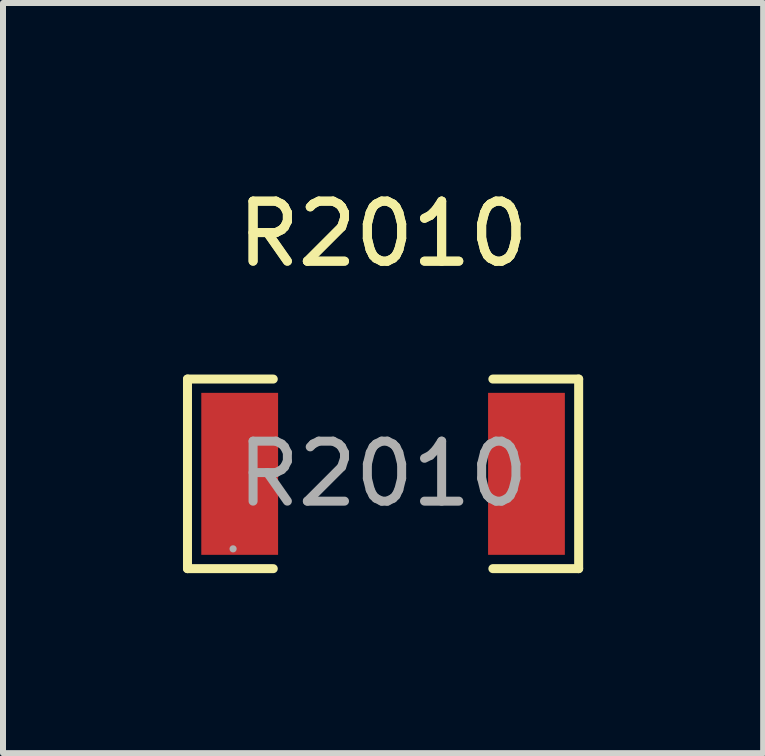
<source format=kicad_pcb>
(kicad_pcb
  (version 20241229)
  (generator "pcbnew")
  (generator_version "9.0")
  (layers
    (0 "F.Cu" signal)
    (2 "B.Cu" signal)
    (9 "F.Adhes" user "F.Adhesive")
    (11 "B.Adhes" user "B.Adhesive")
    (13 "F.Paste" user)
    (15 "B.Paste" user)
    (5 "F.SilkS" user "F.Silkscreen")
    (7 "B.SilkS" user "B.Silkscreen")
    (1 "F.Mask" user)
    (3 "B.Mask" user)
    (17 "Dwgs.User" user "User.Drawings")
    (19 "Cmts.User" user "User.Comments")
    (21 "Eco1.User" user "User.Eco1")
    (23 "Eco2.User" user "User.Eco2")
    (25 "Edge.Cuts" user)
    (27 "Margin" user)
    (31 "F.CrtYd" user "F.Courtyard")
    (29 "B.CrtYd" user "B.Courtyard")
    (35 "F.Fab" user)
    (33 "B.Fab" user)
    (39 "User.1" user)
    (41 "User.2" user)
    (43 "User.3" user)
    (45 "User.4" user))
  (footprint "R2010"
    (layer "F.Cu")
    (at 3.335 4.848)
    (property "Reference" "R2010" (at 0 -4 0) (layer "F.SilkS") (effects (font (size 1 1) (thickness 0.15))))
    (attr smd)
    (fp_line (start -3.26 -1.58) (end -1.83 -1.58) (stroke (width 0.15) (type solid)) (layer "F.SilkS"))
    (fp_line (start -3.26 1.58) (end -3.26 -1.58) (stroke (width 0.15) (type solid)) (layer "F.SilkS"))
    (fp_line (start -1.83 1.58) (end -3.26 1.58) (stroke (width 0.15) (type solid)) (layer "F.SilkS"))
    (fp_line (start 1.83 1.58) (end 3.26 1.58) (stroke (width 0.15) (type solid)) (layer "F.SilkS"))
    (fp_line (start 3.26 -1.58) (end 1.83 -1.58) (stroke (width 0.15) (type solid)) (layer "F.SilkS"))
    (fp_line (start 3.26 1.58) (end 3.26 -1.58) (stroke (width 0.15) (type solid)) (layer "F.SilkS"))
    (fp_circle (center -2.5 1.25) (end -2.47 1.25) (stroke (width 0.06) (type solid)) (fill no) (layer "F.Fab"))
    (fp_text user "${REFERENCE}" (at 0 -4 0) (layer "F.SilkS") (effects (font (size 1 1) (thickness 0.15))))
    (fp_text user "${REFERENCE}" (at 0 0 0) (layer "F.Fab") (effects (font (size 1 1) (thickness 0.15))))
    (pad "1" smd rect (at -2.39 0) (size 1.28 2.7) (layers "F.Cu" "F.Mask" "F.Paste"))
    (pad "2" smd rect (at 2.39 0) (size 1.28 2.7) (layers "F.Cu" "F.Mask" "F.Paste")))
  (gr_rect
    (start -3 -3)
    (end 9.67 9.503)
    (stroke (width 0.1) (type default))
    (fill no)
    (layer "Edge.Cuts")))
</source>
